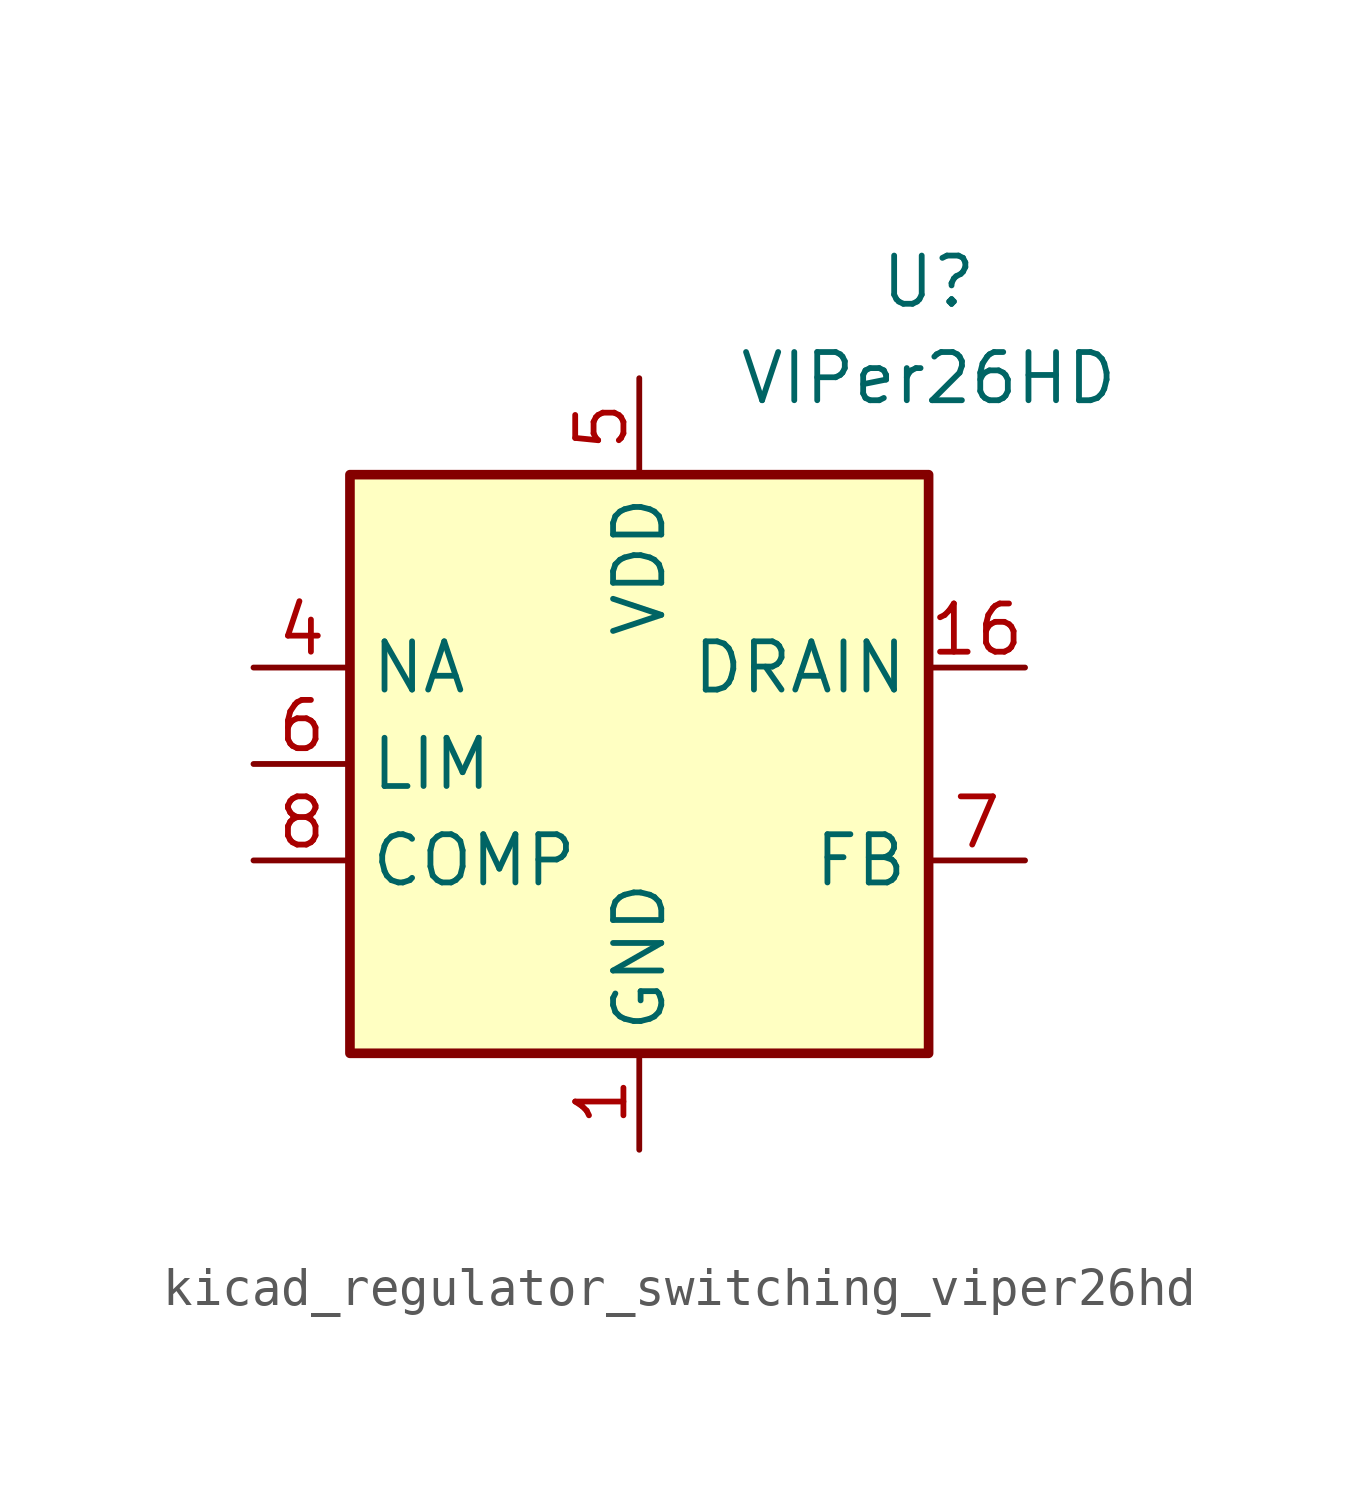
<source format=kicad_sym>
(kicad_symbol_lib
  (version 20220914)
  (generator kicad_symbol_editor)
  (symbol "kicad_regulator_switching_viper26hd"
    (property "Reference" "U"
      (at 7.62 12.7 0)
      (effects (font (size 1.27 1.27))))
    (property "Value" "VIPer26HD"
      (at 7.62 10.16 0)
      (effects (font (size 1.27 1.27))))
    (symbol "kicad_regulator_switching_viper26hd_0_1"
      (rectangle (start -7.62 -7.62) (end 7.62 7.62) (stroke (width 0.254) (type default)) (fill (type background))))
    (symbol "kicad_regulator_switching_viper26hd_1_1"
      (pin power_in line (at 0 -10.16 90) (length 2.54) (name "GND" (effects (font (size 1.27 1.27)))) (number "1" (effects (font (size 1.27 1.27)))))
      (pin no_connect line (at 7.62 -5.08 180) (length 2.54) hide (name "NC" (effects (font (size 1.27 1.27)))) (number "10" (effects (font (size 1.27 1.27)))))
      (pin no_connect line (at 7.62 0 180) (length 2.54) hide (name "NC" (effects (font (size 1.27 1.27)))) (number "11" (effects (font (size 1.27 1.27)))))
      (pin no_connect line (at 7.62 5.08 180) (length 2.54) hide (name "NC" (effects (font (size 1.27 1.27)))) (number "12" (effects (font (size 1.27 1.27)))))
      (pin passive line (at 10.16 2.54 180) (length 2.54) hide (name "DRAIN" (effects (font (size 1.27 1.27)))) (number "13" (effects (font (size 1.27 1.27)))))
      (pin passive line (at 10.16 2.54 180) (length 2.54) hide (name "DRAIN" (effects (font (size 1.27 1.27)))) (number "14" (effects (font (size 1.27 1.27)))))
      (pin passive line (at 10.16 2.54 180) (length 2.54) hide (name "DRAIN" (effects (font (size 1.27 1.27)))) (number "15" (effects (font (size 1.27 1.27)))))
      (pin passive line (at 10.16 2.54 180) (length 2.54) (name "DRAIN" (effects (font (size 1.27 1.27)))) (number "16" (effects (font (size 1.27 1.27)))))
      (pin passive line (at 0 -10.16 90) (length 2.54) hide (name "GND" (effects (font (size 1.27 1.27)))) (number "2" (effects (font (size 1.27 1.27)))))
      (pin no_connect line (at -7.62 5.08 0) (length 2.54) hide (name "NC" (effects (font (size 1.27 1.27)))) (number "3" (effects (font (size 1.27 1.27)))))
      (pin passive line (at -10.16 2.54 0) (length 2.54) (name "NA" (effects (font (size 1.27 1.27)))) (number "4" (effects (font (size 1.27 1.27)))))
      (pin power_in line (at 0 10.16 270) (length 2.54) (name "VDD" (effects (font (size 1.27 1.27)))) (number "5" (effects (font (size 1.27 1.27)))))
      (pin passive line (at -10.16 0 0) (length 2.54) (name "LIM" (effects (font (size 1.27 1.27)))) (number "6" (effects (font (size 1.27 1.27)))))
      (pin input line (at 10.16 -2.54 180) (length 2.54) (name "FB" (effects (font (size 1.27 1.27)))) (number "7" (effects (font (size 1.27 1.27)))))
      (pin passive line (at -10.16 -2.54 0) (length 2.54) (name "COMP" (effects (font (size 1.27 1.27)))) (number "8" (effects (font (size 1.27 1.27)))))
      (pin no_connect line (at -7.62 -5.08 0) (length 2.54) hide (name "NC" (effects (font (size 1.27 1.27)))) (number "9" (effects (font (size 1.27 1.27))))))))
</source>
